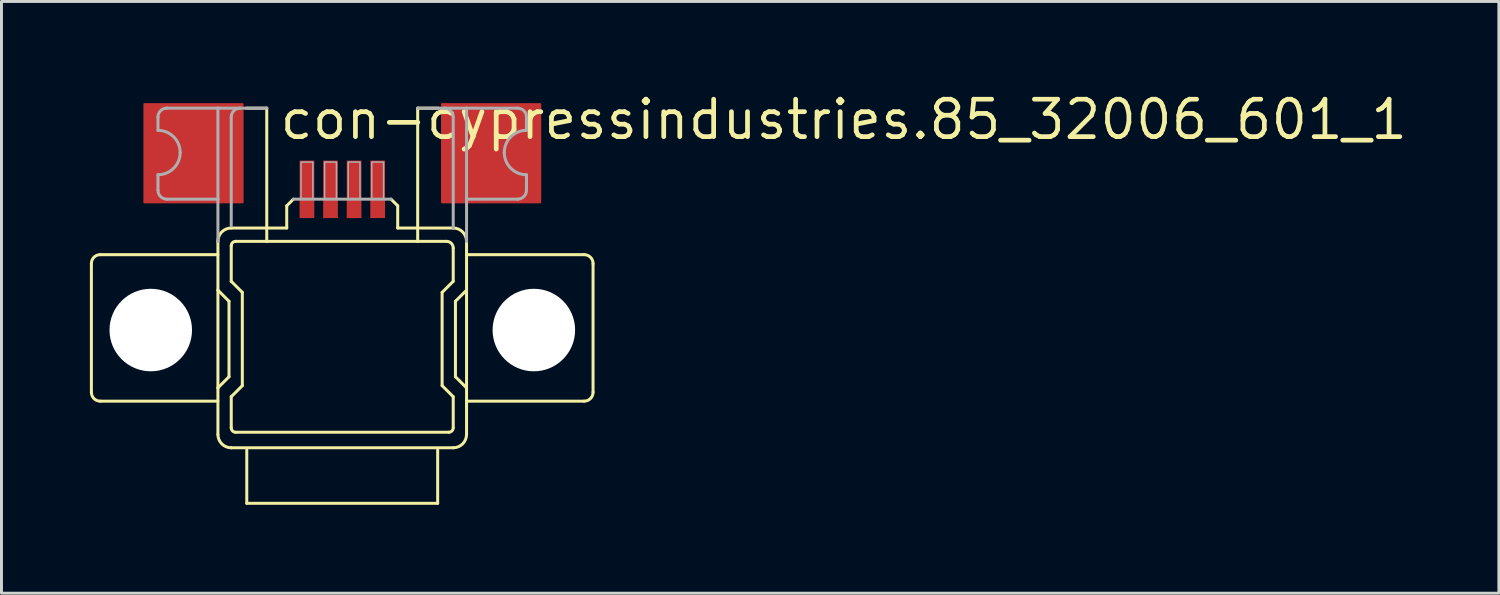
<source format=kicad_pcb>
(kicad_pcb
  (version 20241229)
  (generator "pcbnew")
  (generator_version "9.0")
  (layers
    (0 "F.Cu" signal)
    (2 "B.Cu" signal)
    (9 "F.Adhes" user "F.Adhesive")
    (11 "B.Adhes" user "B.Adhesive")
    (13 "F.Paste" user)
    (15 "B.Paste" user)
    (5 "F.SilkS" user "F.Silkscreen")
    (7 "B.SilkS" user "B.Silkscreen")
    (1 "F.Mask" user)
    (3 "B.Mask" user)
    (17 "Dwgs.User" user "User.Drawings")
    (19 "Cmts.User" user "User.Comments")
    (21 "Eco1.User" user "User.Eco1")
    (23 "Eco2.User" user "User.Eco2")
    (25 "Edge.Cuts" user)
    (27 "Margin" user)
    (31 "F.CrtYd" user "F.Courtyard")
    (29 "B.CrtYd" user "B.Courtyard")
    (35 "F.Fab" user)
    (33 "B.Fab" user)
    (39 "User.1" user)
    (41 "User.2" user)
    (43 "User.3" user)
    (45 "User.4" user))
  (footprint "con-cypressindustries.85_32006_601_1"
    (layer "F.Cu")
    (at 8.566 8.15)
    (property "Reference" "con-cypressindustries.85_32006_601_1" (at -2.2 -6.4 0) (layer "F.SilkS") (effects (font (size 1.27 1.27) (thickness 0.16)) (justify left bottom)))
    (attr smd)
    (fp_line (start -8.515 -2.257) (end -8.515 2.112) (stroke (width 0.102) (type default)) (layer "F.SilkS"))
    (fp_line (start -8.214 2.413) (end -4.221 2.413) (stroke (width 0.102) (type default)) (layer "F.SilkS"))
    (fp_line (start -4.221 -2.558) (end -8.214 -2.558) (stroke (width 0.102) (type default)) (layer "F.SilkS"))
    (fp_line (start -4.221 -3.01) (end -4.221 -1.353) (stroke (width 0.102) (type default)) (layer "F.SilkS"))
    (fp_line (start -4.221 -1.353) (end -4.221 1.961) (stroke (width 0.102) (type default)) (layer "F.SilkS"))
    (fp_line (start -4.221 -1.353) (end -3.845 -0.976) (stroke (width 0.102) (type default)) (layer "F.SilkS"))
    (fp_line (start -4.221 1.961) (end -4.221 3.543) (stroke (width 0.102) (type default)) (layer "F.SilkS"))
    (fp_line (start -3.845 -0.976) (end -3.845 1.585) (stroke (width 0.102) (type default)) (layer "F.SilkS"))
    (fp_line (start -3.845 1.585) (end -4.221 1.961) (stroke (width 0.102) (type default)) (layer "F.SilkS"))
    (fp_line (start -3.769 -1.654) (end -3.769 -2.86) (stroke (width 0.102) (type default)) (layer "F.SilkS"))
    (fp_line (start -3.769 2.263) (end -3.393 1.886) (stroke (width 0.102) (type default)) (layer "F.SilkS"))
    (fp_line (start -3.769 3.317) (end -3.769 2.263) (stroke (width 0.102) (type default)) (layer "F.SilkS"))
    (fp_line (start -3.769 3.995) (end 3.764 3.995) (stroke (width 0.102) (type default)) (layer "F.SilkS"))
    (fp_line (start -3.619 -3.01) (end -2.564 -3.01) (stroke (width 0.102) (type default)) (layer "F.SilkS"))
    (fp_line (start -3.393 -1.278) (end -3.769 -1.654) (stroke (width 0.102) (type default)) (layer "F.SilkS"))
    (fp_line (start -3.393 1.886) (end -3.393 -1.278) (stroke (width 0.102) (type default)) (layer "F.SilkS"))
    (fp_line (start -3.242 4.071) (end -3.242 5.879) (stroke (width 0.102) (type default)) (layer "F.SilkS"))
    (fp_line (start -3.242 5.879) (end 3.236 5.879) (stroke (width 0.102) (type default)) (layer "F.SilkS"))
    (fp_line (start -2.564 -3.01) (end 2.558 -3.01) (stroke (width 0.102) (type default)) (layer "F.SilkS"))
    (fp_line (start -2.564 -7.53) (end -3.268 -7.53) (stroke (width 0.102) (type default)) (layer "F.SilkS"))
    (fp_line (start -2.564 -7.53) (end -2.564 -3.462) (stroke (width 0.102) (type default)) (layer "F.SilkS"))
    (fp_line (start -2.564 -3.462) (end -3.769 -3.462) (stroke (width 0.102) (type default)) (layer "F.SilkS"))
    (fp_line (start -2.564 -3.462) (end -2.564 -3.01) (stroke (width 0.102) (type default)) (layer "F.SilkS"))
    (fp_line (start -2.564 -3.462) (end -1.886 -3.462) (stroke (width 0.102) (type default)) (layer "F.SilkS"))
    (fp_line (start -1.886 -4.216) (end -1.66 -4.442) (stroke (width 0.102) (type default)) (layer "F.SilkS"))
    (fp_line (start -1.886 -3.462) (end -1.886 -4.216) (stroke (width 0.102) (type default)) (layer "F.SilkS"))
    (fp_line (start 1.654 -4.442) (end 1.88 -4.216) (stroke (width 0.102) (type default)) (layer "F.SilkS"))
    (fp_line (start 1.88 -4.216) (end 1.88 -3.462) (stroke (width 0.102) (type default)) (layer "F.SilkS"))
    (fp_line (start 1.88 -3.462) (end 2.558 -3.462) (stroke (width 0.102) (type default)) (layer "F.SilkS"))
    (fp_line (start 2.558 -7.53) (end 2.558 -3.462) (stroke (width 0.102) (type default)) (layer "F.SilkS"))
    (fp_line (start 2.558 -7.53) (end 3.262 -7.53) (stroke (width 0.102) (type default)) (layer "F.SilkS"))
    (fp_line (start 2.558 -3.462) (end 2.558 -3.01) (stroke (width 0.102) (type default)) (layer "F.SilkS"))
    (fp_line (start 2.558 -3.01) (end 3.538 -3.01) (stroke (width 0.102) (type default)) (layer "F.SilkS"))
    (fp_line (start 2.634 -3.462) (end 3.764 -3.462) (stroke (width 0.102) (type default)) (layer "F.SilkS"))
    (fp_line (start 3.236 5.879) (end 3.236 4.071) (stroke (width 0.102) (type default)) (layer "F.SilkS"))
    (fp_line (start 3.387 -1.278) (end 3.387 1.886) (stroke (width 0.102) (type default)) (layer "F.SilkS"))
    (fp_line (start 3.387 1.886) (end 3.764 2.263) (stroke (width 0.102) (type default)) (layer "F.SilkS"))
    (fp_line (start 3.613 3.468) (end -3.619 3.468) (stroke (width 0.102) (type default)) (layer "F.SilkS"))
    (fp_line (start 3.764 -2.784) (end 3.764 -1.654) (stroke (width 0.102) (type default)) (layer "F.SilkS"))
    (fp_line (start 3.764 -1.654) (end 3.387 -1.278) (stroke (width 0.102) (type default)) (layer "F.SilkS"))
    (fp_line (start 3.764 2.263) (end 3.764 3.317) (stroke (width 0.102) (type default)) (layer "F.SilkS"))
    (fp_line (start 3.839 -0.976) (end 4.215 -1.353) (stroke (width 0.102) (type default)) (layer "F.SilkS"))
    (fp_line (start 3.839 1.585) (end 3.839 -0.976) (stroke (width 0.102) (type default)) (layer "F.SilkS"))
    (fp_line (start 4.215 1.961) (end 3.839 1.585) (stroke (width 0.102) (type default)) (layer "F.SilkS"))
    (fp_line (start 4.216 -2.558) (end 4.216 -3.01) (stroke (width 0.102) (type default)) (layer "F.SilkS"))
    (fp_line (start 4.216 -2.558) (end 8.208 -2.558) (stroke (width 0.102) (type default)) (layer "F.SilkS"))
    (fp_line (start 4.216 2.413) (end 4.216 -2.558) (stroke (width 0.102) (type default)) (layer "F.SilkS"))
    (fp_line (start 4.216 3.543) (end 4.216 2.413) (stroke (width 0.102) (type default)) (layer "F.SilkS"))
    (fp_line (start 8.208 2.413) (end 4.216 2.413) (stroke (width 0.102) (type default)) (layer "F.SilkS"))
    (fp_line (start 8.509 -2.257) (end 8.509 2.112) (stroke (width 0.102) (type default)) (layer "F.SilkS"))
    (fp_arc (start -8.5153 -2.257) (mid -8.427022 -2.470122) (end -8.2139 -2.5584) (stroke (width 0.1016) (type default)) (layer "F.SilkS"))
    (fp_arc (start -8.214 2.4134) (mid -8.426993 2.325093) (end -8.5153 2.1121) (stroke (width 0.1016) (type default)) (layer "F.SilkS"))
    (fp_arc (start -4.2214 -3.0103) (mid -4.089012 -3.329912) (end -3.7694 -3.4623) (stroke (width 0.1016) (type default)) (layer "F.SilkS"))
    (fp_arc (start -3.7694 -2.8597) (mid -3.72529 -2.96619) (end -3.6188 -3.0103) (stroke (width 0.1016) (type default)) (layer "F.SilkS"))
    (fp_arc (start -3.7694 3.9953) (mid -4.089012 3.862912) (end -4.2214 3.5433) (stroke (width 0.1016) (type default)) (layer "F.SilkS"))
    (fp_arc (start -3.6187 3.468) (mid -3.725232 3.423832) (end -3.7694 3.3173) (stroke (width 0.1016) (type default)) (layer "F.SilkS"))
    (fp_arc (start 3.5377 -3.0103) (mid 3.697435 -2.944135) (end 3.7636 -2.7844) (stroke (width 0.1016) (type default)) (layer "F.SilkS"))
    (fp_arc (start 3.7636 -3.4623) (mid 4.083212 -3.329912) (end 4.2156 -3.0103) (stroke (width 0.1016) (type default)) (layer "F.SilkS"))
    (fp_arc (start 3.7636 3.3174) (mid 3.71949 3.42389) (end 3.613 3.468) (stroke (width 0.1016) (type default)) (layer "F.SilkS"))
    (fp_arc (start 4.2155 3.5433) (mid 4.083112 3.862912) (end 3.7635 3.9953) (stroke (width 0.1016) (type default)) (layer "F.SilkS"))
    (fp_arc (start 8.208 -2.5584) (mid 8.421122 -2.470122) (end 8.5094 -2.257) (stroke (width 0.1016) (type default)) (layer "F.SilkS"))
    (fp_arc (start 8.5094 2.1121) (mid 8.421093 2.325093) (end 8.2081 2.4134) (stroke (width 0.1016) (type default)) (layer "F.SilkS"))
    (fp_line (start -6.255 -7.229) (end -6.255 -6.777) (stroke (width 0.102) (type default)) (layer "F.Fab"))
    (fp_line (start -6.255 -5.27) (end -6.255 -4.743) (stroke (width 0.102) (type default)) (layer "F.Fab"))
    (fp_line (start -5.954 -4.442) (end -4.221 -4.442) (stroke (width 0.102) (type default)) (layer "F.Fab"))
    (fp_line (start -4.221 -7.53) (end -5.954 -7.53) (stroke (width 0.102) (type default)) (layer "F.Fab"))
    (fp_line (start -4.221 -4.442) (end -4.221 -7.53) (stroke (width 0.102) (type default)) (layer "F.Fab"))
    (fp_line (start -4.221 -7.53) (end -3.468 -7.53) (stroke (width 0.102) (type default)) (layer "F.Fab"))
    (fp_line (start -4.221 -4.442) (end -4.221 -3.01) (stroke (width 0.102) (type default)) (layer "F.Fab"))
    (fp_line (start -3.769 -7.229) (end -3.769 -3.538) (stroke (width 0.102) (type default)) (layer "F.Fab"))
    (fp_line (start -2.564 -7.53) (end -3.468 -7.53) (stroke (width 0.102) (type default)) (layer "F.Fab"))
    (fp_line (start -1.66 -4.442) (end 1.654 -4.442) (stroke (width 0.102) (type default)) (layer "F.Fab"))
    (fp_line (start 2.558 -7.53) (end 3.462 -7.53) (stroke (width 0.102) (type default)) (layer "F.Fab"))
    (fp_line (start 3.462 -7.53) (end 4.215 -7.53) (stroke (width 0.102) (type default)) (layer "F.Fab"))
    (fp_line (start 3.764 -7.229) (end 3.764 -3.462) (stroke (width 0.102) (type default)) (layer "F.Fab"))
    (fp_line (start 4.216 -7.53) (end 5.948 -7.53) (stroke (width 0.102) (type default)) (layer "F.Fab"))
    (fp_line (start 4.216 -4.442) (end 4.216 -7.53) (stroke (width 0.102) (type default)) (layer "F.Fab"))
    (fp_line (start 4.216 -3.01) (end 4.216 -4.442) (stroke (width 0.102) (type default)) (layer "F.Fab"))
    (fp_line (start 5.948 -4.442) (end 4.216 -4.442) (stroke (width 0.102) (type default)) (layer "F.Fab"))
    (fp_line (start 6.25 -7.229) (end 6.25 -6.777) (stroke (width 0.102) (type default)) (layer "F.Fab"))
    (fp_line (start 6.25 -5.27) (end 6.25 -4.743) (stroke (width 0.102) (type default)) (layer "F.Fab"))
    (fp_rect (start -1.4 -4.45) (end -1 -5.7) (stroke (width 0.05) (type default)) (fill no) (layer "F.Fab"))
    (fp_rect (start -0.6 -4.45) (end -0.2 -5.7) (stroke (width 0.05) (type default)) (fill no) (layer "F.Fab"))
    (fp_rect (start 0.2 -4.45) (end 0.6 -5.7) (stroke (width 0.05) (type default)) (fill no) (layer "F.Fab"))
    (fp_rect (start 1 -4.45) (end 1.4 -5.7) (stroke (width 0.05) (type default)) (fill no) (layer "F.Fab"))
    (fp_arc (start -6.2554 -7.2288) (mid -6.167151 -7.441851) (end -5.9541 -7.5301) (stroke (width 0.1016) (type default)) (layer "F.Fab"))
    (fp_arc (start -6.2553 -6.7768) (mid -5.722607 -6.556193) (end -5.502 -6.0235) (stroke (width 0.1016) (type default)) (layer "F.Fab"))
    (fp_arc (start -5.954 -4.4416) (mid -6.16711 -4.52979) (end -6.2553 -4.7429) (stroke (width 0.1016) (type default)) (layer "F.Fab"))
    (fp_arc (start -5.502 -6.0235) (mid -5.722636 -5.490836) (end -6.2553 -5.2702) (stroke (width 0.1016) (type default)) (layer "F.Fab"))
    (fp_arc (start -3.7694 -7.2288) (mid -3.681093 -7.441793) (end -3.4681 -7.5301) (stroke (width 0.1016) (type default)) (layer "F.Fab"))
    (fp_arc (start 3.4623 -7.5301) (mid 3.675351 -7.441851) (end 3.7636 -7.2288) (stroke (width 0.1016) (type default)) (layer "F.Fab"))
    (fp_arc (start 5.4962 -6.0235) (mid 5.716866 -6.556134) (end 6.2495 -6.7768) (stroke (width 0.1016) (type default)) (layer "F.Fab"))
    (fp_arc (start 5.9482 -7.5301) (mid 6.161251 -7.441851) (end 6.2495 -7.2288) (stroke (width 0.1016) (type default)) (layer "F.Fab"))
    (fp_arc (start 6.2495 -5.2702) (mid 5.716836 -5.490836) (end 5.4962 -6.0235) (stroke (width 0.1016) (type default)) (layer "F.Fab"))
    (fp_arc (start 6.2495 -4.7429) (mid 6.161251 -4.529849) (end 5.9482 -4.4416) (stroke (width 0.1016) (type default)) (layer "F.Fab"))
    (pad "" np_thru_hole circle (at -6.5 0) (size 2.8 2.8) (drill 2.8) (layers "*.Cu" "*.Mask"))
    (pad "" np_thru_hole circle (at 6.5 0) (size 2.8 2.8) (drill 2.8) (layers "*.Cu" "*.Mask"))
    (pad "1" smd roundrect (at -1.2 -4.775) (size 0.5 1.95) (layers "F.Cu" "F.Mask" "F.Paste") (roundrect_rratio 0.01))
    (pad "2" smd roundrect (at -0.4 -4.775) (size 0.5 1.95) (layers "F.Cu" "F.Mask" "F.Paste") (roundrect_rratio 0.01))
    (pad "3" smd roundrect (at 0.4 -4.775) (size 0.5 1.95) (layers "F.Cu" "F.Mask" "F.Paste") (roundrect_rratio 0.01))
    (pad "4" smd roundrect (at 1.2 -4.775) (size 0.5 1.95) (layers "F.Cu" "F.Mask" "F.Paste") (roundrect_rratio 0.01))
    (pad "M1" smd roundrect (at -5.05 -6) (size 3.4 3.4) (layers "F.Cu" "F.Mask" "F.Paste") (roundrect_rratio 0.01))
    (pad "M2" smd roundrect (at 5.05 -6) (size 3.4 3.4) (layers "F.Cu" "F.Mask" "F.Paste") (roundrect_rratio 0.01)))
  (gr_rect
    (start -3 -3)
    (end 47.813 17.079)
    (stroke (width 0.1) (type default))
    (fill no)
    (layer "Edge.Cuts")))
</source>
